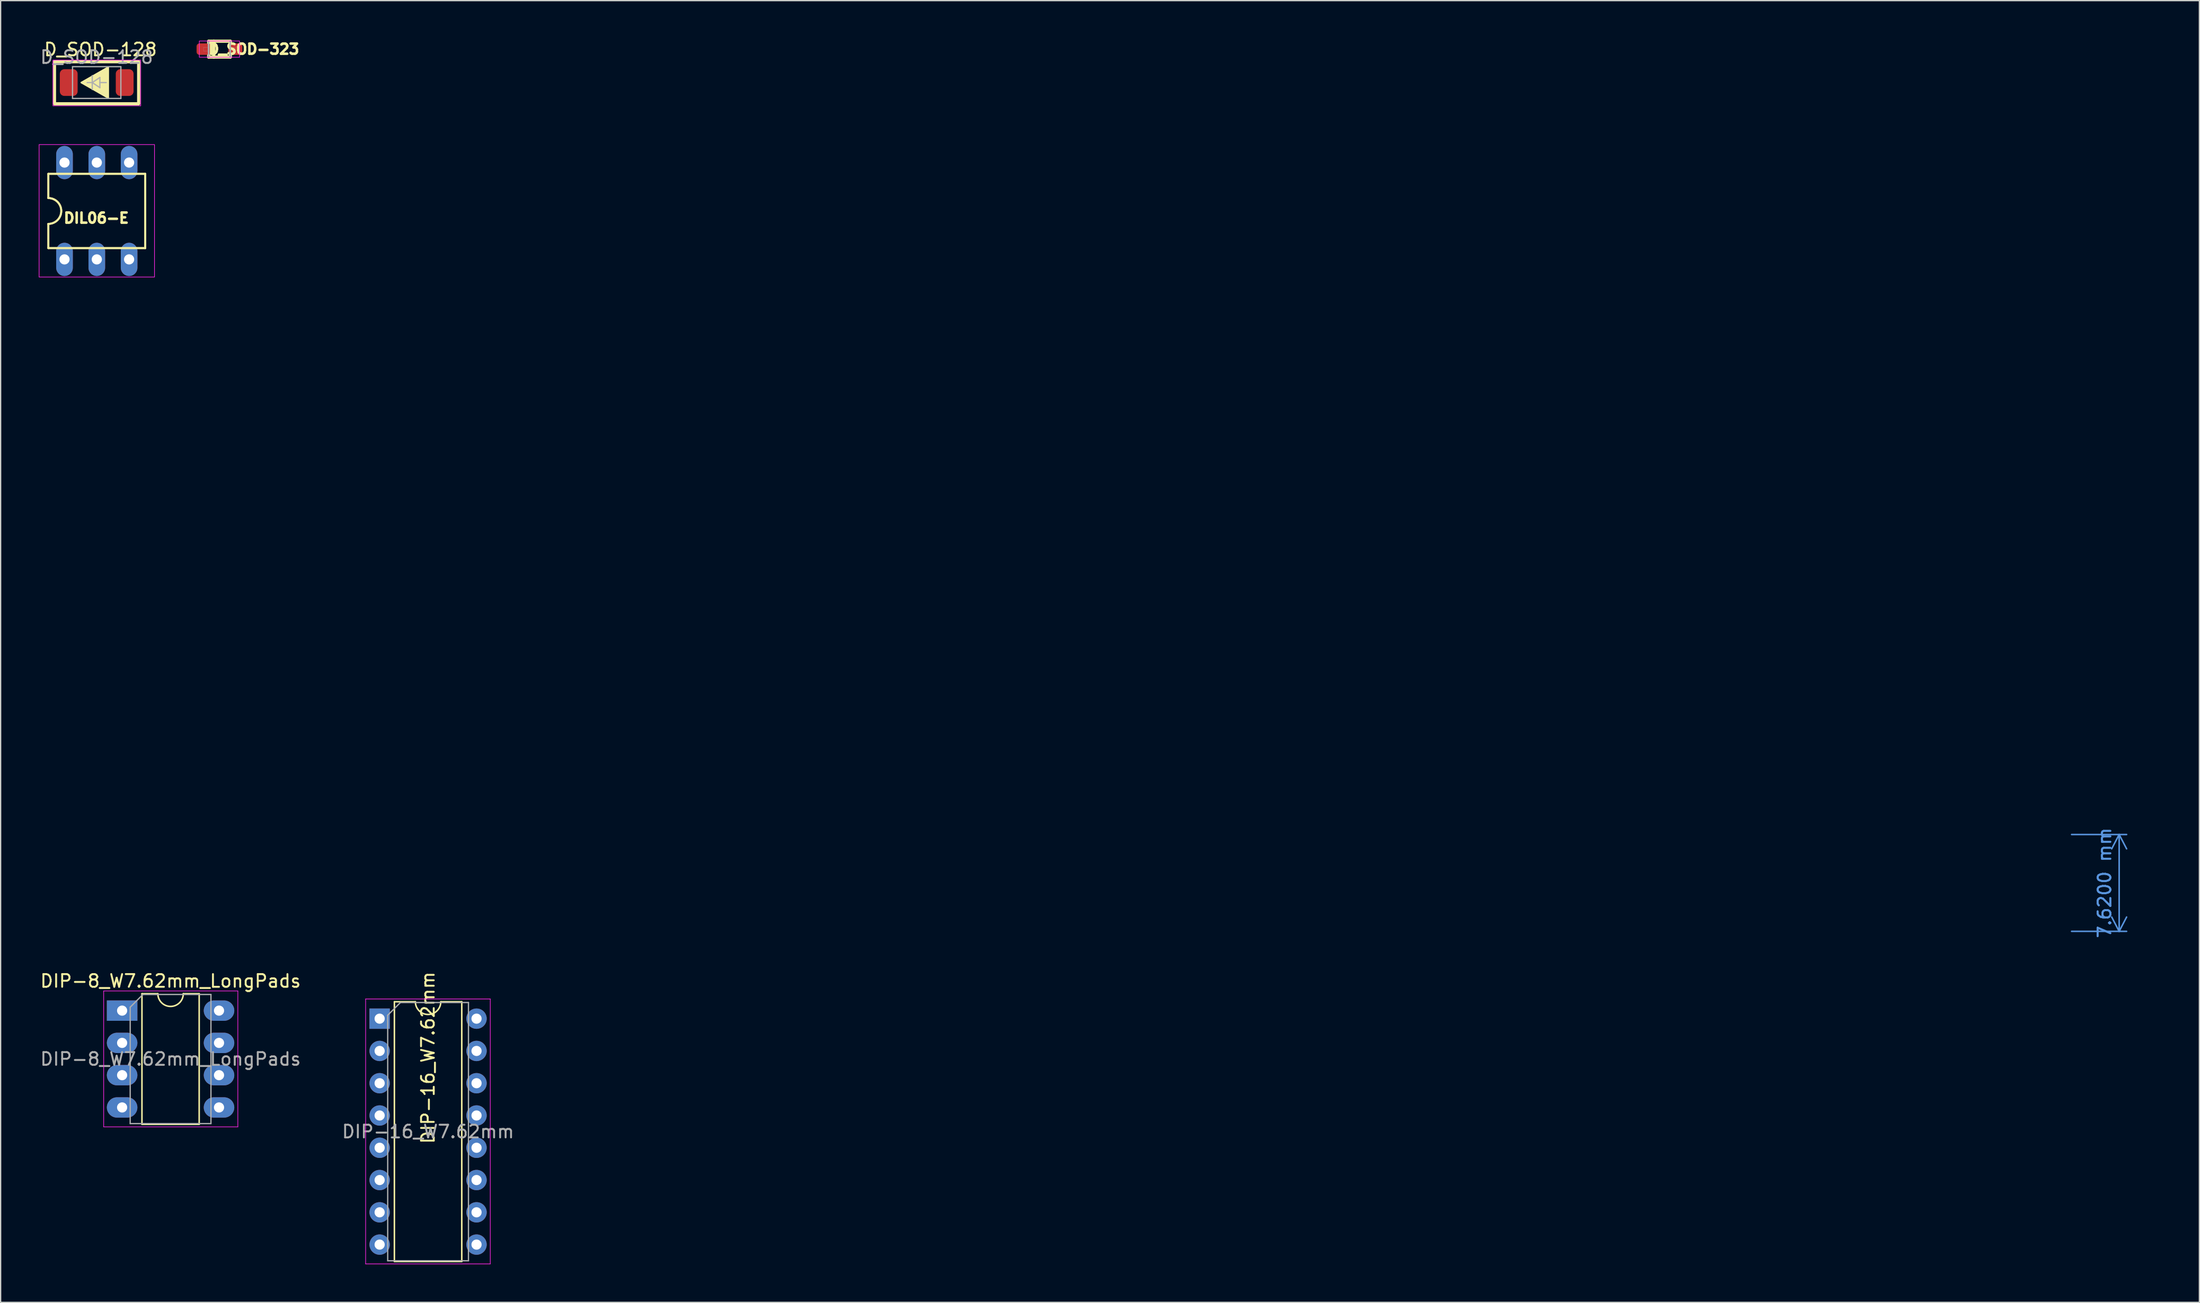
<source format=kicad_pcb>
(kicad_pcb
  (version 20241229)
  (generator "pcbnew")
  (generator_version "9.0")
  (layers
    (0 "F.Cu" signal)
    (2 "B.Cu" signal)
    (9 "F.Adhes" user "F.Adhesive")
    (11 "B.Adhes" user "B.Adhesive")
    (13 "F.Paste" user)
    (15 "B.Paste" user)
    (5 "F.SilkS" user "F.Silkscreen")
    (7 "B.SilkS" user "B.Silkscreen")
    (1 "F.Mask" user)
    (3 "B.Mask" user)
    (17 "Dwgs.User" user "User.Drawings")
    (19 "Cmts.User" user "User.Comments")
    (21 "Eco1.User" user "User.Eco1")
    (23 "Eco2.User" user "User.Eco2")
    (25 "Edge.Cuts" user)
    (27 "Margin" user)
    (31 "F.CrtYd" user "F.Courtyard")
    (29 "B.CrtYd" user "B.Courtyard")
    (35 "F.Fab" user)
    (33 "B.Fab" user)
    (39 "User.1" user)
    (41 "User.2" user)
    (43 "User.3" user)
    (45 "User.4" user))
  (footprint "D_SOD-128"
    (layer "F.Cu")
    (at 4.554 3.448)
    (property "Reference" "D_SOD-128" (at 0.3 -2.6 0) (layer "F.SilkS") (effects (font (size 1 1) (thickness 0.15))))
    (attr smd)
    (fp_line (start -1.2 0) (end 0.9 -1.2) (stroke (width 0.12) (type solid)) (layer "F.SilkS"))
    (fp_line (start 0.9 -1.2) (end 0.9 1.2) (stroke (width 0.12) (type solid)) (layer "F.SilkS"))
    (fp_line (start 0.9 1.2) (end -1.2 0) (stroke (width 0.12) (type solid)) (layer "F.SilkS"))
    (fp_rect (start -3.32 -1.64) (end 3.3 1.67) (stroke (width 0.25) (type solid)) (fill no) (layer "F.SilkS"))
    (fp_poly (pts (xy 0.9 1.2) (xy -1.2 0) (xy 0.9 -1.2)) (stroke (width 0.12) (type solid)) (fill yes) (layer "F.SilkS"))
    (fp_rect (start -3.44 -1.77) (end 3.46 1.83) (stroke (width 0.05) (type solid)) (fill no) (layer "F.CrtYd"))
    (fp_line (start -1.9 -1.25) (end 1.9 -1.25) (stroke (width 0.1) (type solid)) (layer "F.Fab"))
    (fp_line (start -1.9 1.25) (end -1.9 -1.25) (stroke (width 0.1) (type solid)) (layer "F.Fab"))
    (fp_line (start -0.75 0) (end -0.35 0) (stroke (width 0.1) (type solid)) (layer "F.Fab"))
    (fp_line (start -0.35 0) (end -0.35 -0.55) (stroke (width 0.1) (type solid)) (layer "F.Fab"))
    (fp_line (start -0.35 0) (end -0.35 0.55) (stroke (width 0.1) (type solid)) (layer "F.Fab"))
    (fp_line (start -0.35 0) (end 0.25 -0.4) (stroke (width 0.1) (type solid)) (layer "F.Fab"))
    (fp_line (start 0.25 -0.4) (end 0.25 0.4) (stroke (width 0.1) (type solid)) (layer "F.Fab"))
    (fp_line (start 0.25 0) (end 0.75 0) (stroke (width 0.1) (type solid)) (layer "F.Fab"))
    (fp_line (start 0.25 0.4) (end -0.35 0) (stroke (width 0.1) (type solid)) (layer "F.Fab"))
    (fp_line (start 1.9 -1.25) (end 1.9 1.25) (stroke (width 0.1) (type solid)) (layer "F.Fab"))
    (fp_line (start 1.9 1.25) (end -1.9 1.25) (stroke (width 0.1) (type solid)) (layer "F.Fab"))
    (fp_text user "${REFERENCE}" (at 0 -2 0) (layer "F.Fab") (effects (font (size 1 1) (thickness 0.15))))
    (pad "1" smd roundrect (at -2.2 0) (size 1.4 2.1) (layers "F.Cu" "F.Mask" "F.Paste") (roundrect_rratio 0.25))
    (pad "2" smd roundrect (at 2.2 0) (size 1.4 2.1) (layers "F.Cu" "F.Mask" "F.Paste") (roundrect_rratio 0.25)))
  (footprint "D_SOD-323"
    (layer "F.Cu")
    (at 14.207 0.819)
    (property "Reference" "D_SOD-323" (at 2.7 0 180) (layer "F.SilkS") (effects (font (size 0.8 0.8) (thickness 0.2) (bold yes))))
    (attr smd)
    (fp_line (start -0.847 -0.627) (end -0.847 -0.502) (stroke (width 0.25) (type solid)) (layer "F.SilkS"))
    (fp_line (start -0.847 -0.627) (end -0.447 -0.627) (stroke (width 0.25) (type solid)) (layer "F.SilkS"))
    (fp_line (start -0.847 0.498) (end -0.847 0.623) (stroke (width 0.25) (type solid)) (layer "F.SilkS"))
    (fp_line (start -0.447 -0.627) (end 0.853 -0.627) (stroke (width 0.25) (type solid)) (layer "F.SilkS"))
    (fp_line (start -0.447 0.623) (end -0.847 0.623) (stroke (width 0.25) (type solid)) (layer "F.SilkS"))
    (fp_line (start -0.447 0.623) (end -0.447 -0.627) (stroke (width 0.25) (type solid)) (layer "F.SilkS"))
    (fp_line (start 0.853 -0.627) (end 0.853 -0.477) (stroke (width 0.25) (type solid)) (layer "F.SilkS"))
    (fp_line (start 0.853 0.473) (end 0.853 0.623) (stroke (width 0.25) (type solid)) (layer "F.SilkS"))
    (fp_line (start 0.853 0.623) (end -0.447 0.623) (stroke (width 0.25) (type solid)) (layer "F.SilkS"))
    (fp_rect (start -1.583 -0.64) (end 1.583 0.635) (stroke (width 0.05) (type solid)) (fill no) (layer "F.CrtYd"))
    (fp_line (start -0.855 0.625) (end -0.855 -0.625) (stroke (width 0.127) (type solid)) (layer "F.Fab"))
    (fp_line (start 0.845 -0.625) (end 0.845 0.625) (stroke (width 0.127) (type solid)) (layer "F.Fab"))
    (fp_poly (pts (xy -0.856 0.15) (xy -1.255 0.15) (xy -1.255 -0.15) (xy -0.856 -0.15)) (stroke (width 0.01) (type solid)) (fill no) (layer "F.Fab"))
    (fp_poly (pts (xy 1.246 0.15) (xy 0.845 0.15) (xy 0.845 -0.15) (xy 1.246 -0.15)) (stroke (width 0.01) (type solid)) (fill no) (layer "F.Fab"))
    (pad "1" smd roundrect (at 1.25 0 180) (size 1.1 0.9) (layers "F.Cu" "F.Paste") (roundrect_rratio 0.25))
    (pad "2" smd roundrect (at -1.25 -0.002 180) (size 1.1 0.9) (layers "F.Cu" "F.Paste") (roundrect_rratio 0.25)))
  (footprint "DIP-16_W7.62mm"
    (layer "F.Cu")
    (at 26.803 77.115)
    (property "Reference" "DIP-16_W7.62mm" (at 3.8 3.075 90) (layer "F.SilkS") (effects (font (size 1 1) (thickness 0.15))))
    (attr through_hole)
    (fp_line (start 1.16 -1.33) (end 1.16 19.11) (stroke (width 0.12) (type solid)) (layer "F.SilkS"))
    (fp_line (start 1.16 19.11) (end 6.46 19.11) (stroke (width 0.12) (type solid)) (layer "F.SilkS"))
    (fp_line (start 2.81 -1.33) (end 1.16 -1.33) (stroke (width 0.12) (type solid)) (layer "F.SilkS"))
    (fp_line (start 6.46 -1.33) (end 4.81 -1.33) (stroke (width 0.12) (type solid)) (layer "F.SilkS"))
    (fp_line (start 6.46 19.11) (end 6.46 -1.33) (stroke (width 0.12) (type solid)) (layer "F.SilkS"))
    (fp_arc (start 4.81 -1.33) (mid 3.81 -0.33) (end 2.81 -1.33) (stroke (width 0.12) (type solid)) (layer "F.SilkS"))
    (fp_line (start -1.1 -1.55) (end -1.1 19.3) (stroke (width 0.05) (type solid)) (layer "F.CrtYd"))
    (fp_line (start -1.1 19.3) (end 8.7 19.3) (stroke (width 0.05) (type solid)) (layer "F.CrtYd"))
    (fp_line (start 8.7 -1.55) (end -1.1 -1.55) (stroke (width 0.05) (type solid)) (layer "F.CrtYd"))
    (fp_line (start 8.7 19.3) (end 8.7 -1.55) (stroke (width 0.05) (type solid)) (layer "F.CrtYd"))
    (fp_line (start 0.635 -0.27) (end 1.635 -1.27) (stroke (width 0.1) (type solid)) (layer "F.Fab"))
    (fp_line (start 0.635 19.05) (end 0.635 -0.27) (stroke (width 0.1) (type solid)) (layer "F.Fab"))
    (fp_line (start 1.635 -1.27) (end 6.985 -1.27) (stroke (width 0.1) (type solid)) (layer "F.Fab"))
    (fp_line (start 6.985 -1.27) (end 6.985 19.05) (stroke (width 0.1) (type solid)) (layer "F.Fab"))
    (fp_line (start 6.985 19.05) (end 0.635 19.05) (stroke (width 0.1) (type solid)) (layer "F.Fab"))
    (fp_text user "${REFERENCE}" (at 3.81 8.89 180) (layer "F.Fab") (effects (font (size 1 1) (thickness 0.15))))
    (pad "1" thru_hole rect (at 0 0) (size 1.6 1.6) (drill 0.8) (layers "*.Cu" "*.Mask"))
    (pad "2" thru_hole oval (at 0 2.54) (size 1.6 1.6) (drill 0.8) (layers "*.Cu" "*.Mask"))
    (pad "3" thru_hole oval (at 0 5.08) (size 1.6 1.6) (drill 0.8) (layers "*.Cu" "*.Mask"))
    (pad "4" thru_hole oval (at 0 7.62) (size 1.6 1.6) (drill 0.8) (layers "*.Cu" "*.Mask"))
    (pad "5" thru_hole oval (at 0 10.16) (size 1.6 1.6) (drill 0.8) (layers "*.Cu" "*.Mask"))
    (pad "6" thru_hole oval (at 0 12.7) (size 1.6 1.6) (drill 0.8) (layers "*.Cu" "*.Mask"))
    (pad "7" thru_hole oval (at 0 15.24) (size 1.6 1.6) (drill 0.8) (layers "*.Cu" "*.Mask"))
    (pad "8" thru_hole oval (at 0 17.78) (size 1.6 1.6) (drill 0.8) (layers "*.Cu" "*.Mask"))
    (pad "9" thru_hole oval (at 7.62 17.78) (size 1.6 1.6) (drill 0.8) (layers "*.Cu" "*.Mask"))
    (pad "10" thru_hole oval (at 7.62 15.24) (size 1.6 1.6) (drill 0.8) (layers "*.Cu" "*.Mask"))
    (pad "11" thru_hole oval (at 7.62 12.7) (size 1.6 1.6) (drill 0.8) (layers "*.Cu" "*.Mask"))
    (pad "12" thru_hole oval (at 7.62 10.16) (size 1.6 1.6) (drill 0.8) (layers "*.Cu" "*.Mask"))
    (pad "13" thru_hole oval (at 7.62 7.62) (size 1.6 1.6) (drill 0.8) (layers "*.Cu" "*.Mask"))
    (pad "14" thru_hole oval (at 7.62 5.08) (size 1.6 1.6) (drill 0.8) (layers "*.Cu" "*.Mask"))
    (pad "15" thru_hole oval (at 7.62 2.54) (size 1.6 1.6) (drill 0.8) (layers "*.Cu" "*.Mask"))
    (pad "16" thru_hole oval (at 7.62 0) (size 1.6 1.6) (drill 0.8) (layers "*.Cu" "*.Mask")))
  (footprint "DIL06-E"
    (layer "F.Cu")
    (at 4.562 13.553)
    (property "Reference" "DIL06-E" (at -0.04 0.56 180) (layer "F.SilkS") (effects (font (size 0.8 0.8) (thickness 0.3))))
    (attr through_hole)
    (fp_line (start -3.81 -2.921) (end -3.81 -1.016) (stroke (width 0.152) (type solid)) (layer "F.SilkS"))
    (fp_line (start -3.81 -2.921) (end -3.81 -1.016) (stroke (width 0.152) (type solid)) (layer "F.SilkS"))
    (fp_line (start -3.81 2.921) (end -3.81 1.016) (stroke (width 0.152) (type solid)) (layer "F.SilkS"))
    (fp_line (start -3.81 2.921) (end -3.81 1.016) (stroke (width 0.152) (type solid)) (layer "F.SilkS"))
    (fp_line (start -3.81 2.921) (end 3.81 2.921) (stroke (width 0.152) (type solid)) (layer "F.SilkS"))
    (fp_line (start -3.81 2.921) (end 3.81 2.921) (stroke (width 0.152) (type solid)) (layer "F.SilkS"))
    (fp_line (start 3.81 -2.921) (end -3.81 -2.921) (stroke (width 0.152) (type solid)) (layer "F.SilkS"))
    (fp_line (start 3.81 -2.921) (end -3.81 -2.921) (stroke (width 0.152) (type solid)) (layer "F.SilkS"))
    (fp_line (start 3.81 -2.921) (end 3.81 2.921) (stroke (width 0.152) (type solid)) (layer "F.SilkS"))
    (fp_line (start 3.81 -2.921) (end 3.81 2.921) (stroke (width 0.152) (type solid)) (layer "F.SilkS"))
    (fp_arc (start -3.81 -1.016) (mid -2.794 0) (end -3.81 1.016) (stroke (width 0.1524) (type solid)) (layer "F.SilkS"))
    (fp_arc (start -3.81 -1.016) (mid -2.794 0) (end -3.81 1.016) (stroke (width 0.1524) (type solid)) (layer "F.SilkS"))
    (fp_rect (start -4.537 -5.225) (end 4.537 5.2) (stroke (width 0.05) (type default)) (fill no) (layer "F.CrtYd"))
    (dimension (type aligned) (layer "Cmts.User") (pts (xy 159.352 62.623) (xy 159.352 70.243)) (height -4.24) (format (prefix "") (suffix "") (units 3) (units_format 1) (precision 4)) (style (thickness 0.12) (arrow_length 1.27) (text_position_mode 0) (arrow_direction outward) (extension_height 0.586) (extension_offset 0.5) (keep_text_aligned yes)) (gr_text "7.6200 mm" (at 162.442 66.433 90) (layer "Cmts.User") (effects (font (size 1 1) (thickness 0.15)))))
    (pad "1" thru_hole oval (at -2.54 3.81) (size 1.308 2.616) (drill 0.8) (layers "*.Cu" "*.Mask"))
    (pad "2" thru_hole oval (at 0 3.81) (size 1.308 2.616) (drill 0.8) (layers "*.Cu" "*.Mask"))
    (pad "3" thru_hole oval (at 2.54 3.81) (size 1.308 2.616) (drill 0.8) (layers "*.Cu" "*.Mask"))
    (pad "4" thru_hole oval (at 2.54 -3.81) (size 1.308 2.616) (drill 0.8) (layers "*.Cu" "*.Mask"))
    (pad "5" thru_hole oval (at 0 -3.81) (size 1.308 2.616) (drill 0.8) (layers "*.Cu" "*.Mask"))
    (pad "6" thru_hole oval (at -2.54 -3.81) (size 1.308 2.616) (drill 0.8) (layers "*.Cu" "*.Mask")))
  (footprint "DIP-8_W7.62mm_LongPads"
    (layer "F.Cu")
    (at 6.553 76.482)
    (property "Reference" "DIP-8_W7.62mm_LongPads" (at 3.81 -2.33 0) (layer "F.SilkS") (effects (font (size 1 1) (thickness 0.15))))
    (attr through_hole)
    (fp_line (start 1.56 -1.33) (end 1.56 8.95) (stroke (width 0.12) (type solid)) (layer "F.SilkS"))
    (fp_line (start 1.56 8.95) (end 6.06 8.95) (stroke (width 0.12) (type solid)) (layer "F.SilkS"))
    (fp_line (start 2.81 -1.33) (end 1.56 -1.33) (stroke (width 0.12) (type solid)) (layer "F.SilkS"))
    (fp_line (start 6.06 -1.33) (end 4.81 -1.33) (stroke (width 0.12) (type solid)) (layer "F.SilkS"))
    (fp_line (start 6.06 8.95) (end 6.06 -1.33) (stroke (width 0.12) (type solid)) (layer "F.SilkS"))
    (fp_arc (start 4.81 -1.33) (mid 3.81 -0.33) (end 2.81 -1.33) (stroke (width 0.12) (type solid)) (layer "F.SilkS"))
    (fp_line (start -1.45 -1.55) (end -1.45 9.15) (stroke (width 0.05) (type solid)) (layer "F.CrtYd"))
    (fp_line (start -1.45 9.15) (end 9.1 9.15) (stroke (width 0.05) (type solid)) (layer "F.CrtYd"))
    (fp_line (start 9.1 -1.55) (end -1.45 -1.55) (stroke (width 0.05) (type solid)) (layer "F.CrtYd"))
    (fp_line (start 9.1 9.15) (end 9.1 -1.55) (stroke (width 0.05) (type solid)) (layer "F.CrtYd"))
    (fp_line (start 0.635 -0.27) (end 1.635 -1.27) (stroke (width 0.1) (type solid)) (layer "F.Fab"))
    (fp_line (start 0.635 8.89) (end 0.635 -0.27) (stroke (width 0.1) (type solid)) (layer "F.Fab"))
    (fp_line (start 1.635 -1.27) (end 6.985 -1.27) (stroke (width 0.1) (type solid)) (layer "F.Fab"))
    (fp_line (start 6.985 -1.27) (end 6.985 8.89) (stroke (width 0.1) (type solid)) (layer "F.Fab"))
    (fp_line (start 6.985 8.89) (end 0.635 8.89) (stroke (width 0.1) (type solid)) (layer "F.Fab"))
    (fp_text user "${REFERENCE}" (at 3.81 3.81 0) (layer "F.Fab") (effects (font (size 1 1) (thickness 0.15))))
    (pad "1" thru_hole rect (at 0 0) (size 2.4 1.6) (drill 0.8) (layers "*.Cu" "*.Mask"))
    (pad "2" thru_hole oval (at 0 2.54) (size 2.4 1.6) (drill 0.8) (layers "*.Cu" "*.Mask"))
    (pad "3" thru_hole oval (at 0 5.08) (size 2.4 1.6) (drill 0.8) (layers "*.Cu" "*.Mask"))
    (pad "4" thru_hole oval (at 0 7.62) (size 2.4 1.6) (drill 0.8) (layers "*.Cu" "*.Mask"))
    (pad "5" thru_hole oval (at 7.62 7.62) (size 2.4 1.6) (drill 0.8) (layers "*.Cu" "*.Mask"))
    (pad "6" thru_hole oval (at 7.62 5.08) (size 2.4 1.6) (drill 0.8) (layers "*.Cu" "*.Mask"))
    (pad "7" thru_hole oval (at 7.62 2.54) (size 2.4 1.6) (drill 0.8) (layers "*.Cu" "*.Mask"))
    (pad "8" thru_hole oval (at 7.62 0) (size 2.4 1.6) (drill 0.8) (layers "*.Cu" "*.Mask")))
  (gr_rect
    (start -3 -3)
    (end 169.901 99.44)
    (stroke (width 0.1) (type default))
    (fill no)
    (layer "Edge.Cuts")))
</source>
